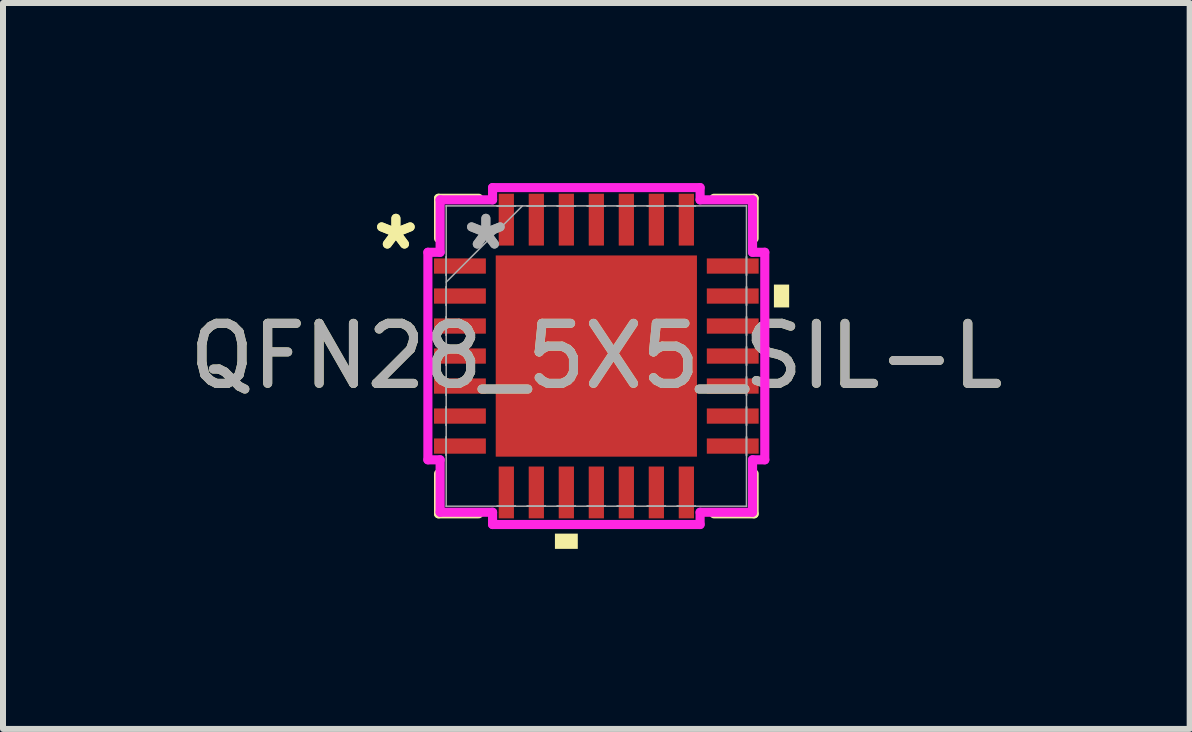
<source format=kicad_pcb>
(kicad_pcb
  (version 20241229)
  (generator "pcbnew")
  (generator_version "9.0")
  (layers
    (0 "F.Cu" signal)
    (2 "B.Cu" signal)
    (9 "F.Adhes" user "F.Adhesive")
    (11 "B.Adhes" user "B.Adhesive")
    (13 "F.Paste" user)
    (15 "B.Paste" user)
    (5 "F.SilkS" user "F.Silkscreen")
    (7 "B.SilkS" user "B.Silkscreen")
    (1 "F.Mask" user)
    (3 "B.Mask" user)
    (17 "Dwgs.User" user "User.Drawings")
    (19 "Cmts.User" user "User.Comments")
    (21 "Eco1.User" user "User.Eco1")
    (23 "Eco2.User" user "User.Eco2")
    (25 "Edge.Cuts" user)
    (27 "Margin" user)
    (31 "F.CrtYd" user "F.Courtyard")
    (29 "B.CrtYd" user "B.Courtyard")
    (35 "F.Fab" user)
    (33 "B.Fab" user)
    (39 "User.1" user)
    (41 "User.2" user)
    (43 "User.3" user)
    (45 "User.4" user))
  (footprint "QFN28_5X5_SIL-L"
    (layer "F.Cu")
    (at 6.887 2.883)
    (property "Reference" "QFN28_5X5_SIL-L" (at 0 0 0) (unlocked yes) (layer "F.SilkS") (effects (font (size 1 1) (thickness 0.15))))
    (attr smd)
    (fp_line (start -2.629 -2.629) (end -2.629 -1.96) (stroke (width 0.152) (type solid)) (layer "F.SilkS"))
    (fp_line (start -2.629 1.96) (end -2.629 2.629) (stroke (width 0.152) (type solid)) (layer "F.SilkS"))
    (fp_line (start -2.629 2.629) (end -1.96 2.629) (stroke (width 0.152) (type solid)) (layer "F.SilkS"))
    (fp_line (start -1.96 -2.629) (end -2.629 -2.629) (stroke (width 0.152) (type solid)) (layer "F.SilkS"))
    (fp_line (start 1.96 2.629) (end 2.629 2.629) (stroke (width 0.152) (type solid)) (layer "F.SilkS"))
    (fp_line (start 2.629 -2.629) (end 1.96 -2.629) (stroke (width 0.152) (type solid)) (layer "F.SilkS"))
    (fp_line (start 2.629 -1.96) (end 2.629 -2.629) (stroke (width 0.152) (type solid)) (layer "F.SilkS"))
    (fp_line (start 2.629 2.629) (end 2.629 1.96) (stroke (width 0.152) (type solid)) (layer "F.SilkS"))
    (fp_poly (pts (xy -0.69 2.959) (xy -0.69 3.213) (xy -0.309 3.213) (xy -0.309 2.959)) (stroke (width 0) (type solid)) (fill yes) (layer "F.SilkS"))
    (fp_poly (pts (xy 3.213 -1.191) (xy 3.213 -0.81) (xy 2.959 -0.81) (xy 2.959 -1.191)) (stroke (width 0) (type solid)) (fill yes) (layer "F.SilkS"))
    (fp_poly (pts (xy -1.576 -1.576) (xy -1.576 -0.1) (xy -0.1 -0.1) (xy -0.1 -1.576)) (stroke (width 0) (type solid)) (fill yes) (layer "F.Paste"))
    (fp_poly (pts (xy -1.576 0.1) (xy -1.576 1.576) (xy -0.1 1.576) (xy -0.1 0.1)) (stroke (width 0) (type solid)) (fill yes) (layer "F.Paste"))
    (fp_poly (pts (xy 0.1 -1.576) (xy 0.1 -0.1) (xy 1.576 -0.1) (xy 1.576 -1.576)) (stroke (width 0) (type solid)) (fill yes) (layer "F.Paste"))
    (fp_poly (pts (xy 0.1 0.1) (xy 0.1 1.576) (xy 1.576 1.576) (xy 1.576 0.1)) (stroke (width 0) (type solid)) (fill yes) (layer "F.Paste"))
    (fp_line (start -2.807 -1.729) (end -2.603 -1.729) (stroke (width 0.152) (type solid)) (layer "F.CrtYd"))
    (fp_line (start -2.807 1.729) (end -2.807 -1.729) (stroke (width 0.152) (type solid)) (layer "F.CrtYd"))
    (fp_line (start -2.603 -2.603) (end -1.729 -2.603) (stroke (width 0.152) (type solid)) (layer "F.CrtYd"))
    (fp_line (start -2.603 -1.729) (end -2.603 -2.603) (stroke (width 0.152) (type solid)) (layer "F.CrtYd"))
    (fp_line (start -2.603 1.729) (end -2.807 1.729) (stroke (width 0.152) (type solid)) (layer "F.CrtYd"))
    (fp_line (start -2.603 2.603) (end -2.603 1.729) (stroke (width 0.152) (type solid)) (layer "F.CrtYd"))
    (fp_line (start -1.729 -2.807) (end 1.729 -2.807) (stroke (width 0.152) (type solid)) (layer "F.CrtYd"))
    (fp_line (start -1.729 -2.603) (end -1.729 -2.807) (stroke (width 0.152) (type solid)) (layer "F.CrtYd"))
    (fp_line (start -1.729 2.603) (end -2.603 2.603) (stroke (width 0.152) (type solid)) (layer "F.CrtYd"))
    (fp_line (start -1.729 2.807) (end -1.729 2.603) (stroke (width 0.152) (type solid)) (layer "F.CrtYd"))
    (fp_line (start 1.729 -2.807) (end 1.729 -2.603) (stroke (width 0.152) (type solid)) (layer "F.CrtYd"))
    (fp_line (start 1.729 -2.603) (end 2.603 -2.603) (stroke (width 0.152) (type solid)) (layer "F.CrtYd"))
    (fp_line (start 1.729 2.603) (end 1.729 2.807) (stroke (width 0.152) (type solid)) (layer "F.CrtYd"))
    (fp_line (start 1.729 2.807) (end -1.729 2.807) (stroke (width 0.152) (type solid)) (layer "F.CrtYd"))
    (fp_line (start 2.603 -2.603) (end 2.603 -1.729) (stroke (width 0.152) (type solid)) (layer "F.CrtYd"))
    (fp_line (start 2.603 -1.729) (end 2.807 -1.729) (stroke (width 0.152) (type solid)) (layer "F.CrtYd"))
    (fp_line (start 2.603 1.729) (end 2.603 2.603) (stroke (width 0.152) (type solid)) (layer "F.CrtYd"))
    (fp_line (start 2.603 2.603) (end 1.729 2.603) (stroke (width 0.152) (type solid)) (layer "F.CrtYd"))
    (fp_line (start 2.807 -1.729) (end 2.807 1.729) (stroke (width 0.152) (type solid)) (layer "F.CrtYd"))
    (fp_line (start 2.807 1.729) (end 2.603 1.729) (stroke (width 0.152) (type solid)) (layer "F.CrtYd"))
    (fp_line (start -2.502 -2.502) (end -2.502 -2.502) (stroke (width 0.025) (type solid)) (layer "F.Fab"))
    (fp_line (start -2.502 -2.502) (end -2.502 2.502) (stroke (width 0.025) (type solid)) (layer "F.Fab"))
    (fp_line (start -2.502 -1.652) (end -2.502 -1.652) (stroke (width 0.025) (type solid)) (layer "F.Fab"))
    (fp_line (start -2.502 -1.652) (end -2.502 -1.348) (stroke (width 0.025) (type solid)) (layer "F.Fab"))
    (fp_line (start -2.502 -1.348) (end -2.502 -1.652) (stroke (width 0.025) (type solid)) (layer "F.Fab"))
    (fp_line (start -2.502 -1.348) (end -2.502 -1.348) (stroke (width 0.025) (type solid)) (layer "F.Fab"))
    (fp_line (start -2.502 -1.232) (end -1.232 -2.502) (stroke (width 0.025) (type solid)) (layer "F.Fab"))
    (fp_line (start -2.502 -1.152) (end -2.502 -1.152) (stroke (width 0.025) (type solid)) (layer "F.Fab"))
    (fp_line (start -2.502 -1.152) (end -2.502 -0.848) (stroke (width 0.025) (type solid)) (layer "F.Fab"))
    (fp_line (start -2.502 -0.848) (end -2.502 -1.152) (stroke (width 0.025) (type solid)) (layer "F.Fab"))
    (fp_line (start -2.502 -0.848) (end -2.502 -0.848) (stroke (width 0.025) (type solid)) (layer "F.Fab"))
    (fp_line (start -2.502 -0.652) (end -2.502 -0.652) (stroke (width 0.025) (type solid)) (layer "F.Fab"))
    (fp_line (start -2.502 -0.652) (end -2.502 -0.348) (stroke (width 0.025) (type solid)) (layer "F.Fab"))
    (fp_line (start -2.502 -0.348) (end -2.502 -0.652) (stroke (width 0.025) (type solid)) (layer "F.Fab"))
    (fp_line (start -2.502 -0.348) (end -2.502 -0.348) (stroke (width 0.025) (type solid)) (layer "F.Fab"))
    (fp_line (start -2.502 -0.152) (end -2.502 -0.152) (stroke (width 0.025) (type solid)) (layer "F.Fab"))
    (fp_line (start -2.502 -0.152) (end -2.502 0.152) (stroke (width 0.025) (type solid)) (layer "F.Fab"))
    (fp_line (start -2.502 0.152) (end -2.502 -0.152) (stroke (width 0.025) (type solid)) (layer "F.Fab"))
    (fp_line (start -2.502 0.152) (end -2.502 0.152) (stroke (width 0.025) (type solid)) (layer "F.Fab"))
    (fp_line (start -2.502 0.348) (end -2.502 0.348) (stroke (width 0.025) (type solid)) (layer "F.Fab"))
    (fp_line (start -2.502 0.348) (end -2.502 0.652) (stroke (width 0.025) (type solid)) (layer "F.Fab"))
    (fp_line (start -2.502 0.652) (end -2.502 0.348) (stroke (width 0.025) (type solid)) (layer "F.Fab"))
    (fp_line (start -2.502 0.652) (end -2.502 0.652) (stroke (width 0.025) (type solid)) (layer "F.Fab"))
    (fp_line (start -2.502 0.848) (end -2.502 0.848) (stroke (width 0.025) (type solid)) (layer "F.Fab"))
    (fp_line (start -2.502 0.848) (end -2.502 1.152) (stroke (width 0.025) (type solid)) (layer "F.Fab"))
    (fp_line (start -2.502 1.152) (end -2.502 0.848) (stroke (width 0.025) (type solid)) (layer "F.Fab"))
    (fp_line (start -2.502 1.152) (end -2.502 1.152) (stroke (width 0.025) (type solid)) (layer "F.Fab"))
    (fp_line (start -2.502 1.348) (end -2.502 1.348) (stroke (width 0.025) (type solid)) (layer "F.Fab"))
    (fp_line (start -2.502 1.348) (end -2.502 1.652) (stroke (width 0.025) (type solid)) (layer "F.Fab"))
    (fp_line (start -2.502 1.652) (end -2.502 1.348) (stroke (width 0.025) (type solid)) (layer "F.Fab"))
    (fp_line (start -2.502 1.652) (end -2.502 1.652) (stroke (width 0.025) (type solid)) (layer "F.Fab"))
    (fp_line (start -2.502 2.502) (end -2.502 2.502) (stroke (width 0.025) (type solid)) (layer "F.Fab"))
    (fp_line (start -2.502 2.502) (end 2.502 2.502) (stroke (width 0.025) (type solid)) (layer "F.Fab"))
    (fp_line (start -1.652 -2.502) (end -1.652 -2.502) (stroke (width 0.025) (type solid)) (layer "F.Fab"))
    (fp_line (start -1.652 -2.502) (end -1.348 -2.502) (stroke (width 0.025) (type solid)) (layer "F.Fab"))
    (fp_line (start -1.652 2.502) (end -1.652 2.502) (stroke (width 0.025) (type solid)) (layer "F.Fab"))
    (fp_line (start -1.652 2.502) (end -1.348 2.502) (stroke (width 0.025) (type solid)) (layer "F.Fab"))
    (fp_line (start -1.348 -2.502) (end -1.652 -2.502) (stroke (width 0.025) (type solid)) (layer "F.Fab"))
    (fp_line (start -1.348 -2.502) (end -1.348 -2.502) (stroke (width 0.025) (type solid)) (layer "F.Fab"))
    (fp_line (start -1.348 2.502) (end -1.652 2.502) (stroke (width 0.025) (type solid)) (layer "F.Fab"))
    (fp_line (start -1.348 2.502) (end -1.348 2.502) (stroke (width 0.025) (type solid)) (layer "F.Fab"))
    (fp_line (start -1.152 -2.502) (end -1.152 -2.502) (stroke (width 0.025) (type solid)) (layer "F.Fab"))
    (fp_line (start -1.152 -2.502) (end -0.848 -2.502) (stroke (width 0.025) (type solid)) (layer "F.Fab"))
    (fp_line (start -1.152 2.502) (end -1.152 2.502) (stroke (width 0.025) (type solid)) (layer "F.Fab"))
    (fp_line (start -1.152 2.502) (end -0.848 2.502) (stroke (width 0.025) (type solid)) (layer "F.Fab"))
    (fp_line (start -0.848 -2.502) (end -1.152 -2.502) (stroke (width 0.025) (type solid)) (layer "F.Fab"))
    (fp_line (start -0.848 -2.502) (end -0.848 -2.502) (stroke (width 0.025) (type solid)) (layer "F.Fab"))
    (fp_line (start -0.848 2.502) (end -1.152 2.502) (stroke (width 0.025) (type solid)) (layer "F.Fab"))
    (fp_line (start -0.848 2.502) (end -0.848 2.502) (stroke (width 0.025) (type solid)) (layer "F.Fab"))
    (fp_line (start -0.652 -2.502) (end -0.652 -2.502) (stroke (width 0.025) (type solid)) (layer "F.Fab"))
    (fp_line (start -0.652 -2.502) (end -0.348 -2.502) (stroke (width 0.025) (type solid)) (layer "F.Fab"))
    (fp_line (start -0.652 2.502) (end -0.652 2.502) (stroke (width 0.025) (type solid)) (layer "F.Fab"))
    (fp_line (start -0.652 2.502) (end -0.348 2.502) (stroke (width 0.025) (type solid)) (layer "F.Fab"))
    (fp_line (start -0.348 -2.502) (end -0.652 -2.502) (stroke (width 0.025) (type solid)) (layer "F.Fab"))
    (fp_line (start -0.348 -2.502) (end -0.348 -2.502) (stroke (width 0.025) (type solid)) (layer "F.Fab"))
    (fp_line (start -0.348 2.502) (end -0.652 2.502) (stroke (width 0.025) (type solid)) (layer "F.Fab"))
    (fp_line (start -0.348 2.502) (end -0.348 2.502) (stroke (width 0.025) (type solid)) (layer "F.Fab"))
    (fp_line (start -0.152 -2.502) (end -0.152 -2.502) (stroke (width 0.025) (type solid)) (layer "F.Fab"))
    (fp_line (start -0.152 -2.502) (end 0.152 -2.502) (stroke (width 0.025) (type solid)) (layer "F.Fab"))
    (fp_line (start -0.152 2.502) (end -0.152 2.502) (stroke (width 0.025) (type solid)) (layer "F.Fab"))
    (fp_line (start -0.152 2.502) (end 0.152 2.502) (stroke (width 0.025) (type solid)) (layer "F.Fab"))
    (fp_line (start 0.152 -2.502) (end -0.152 -2.502) (stroke (width 0.025) (type solid)) (layer "F.Fab"))
    (fp_line (start 0.152 -2.502) (end 0.152 -2.502) (stroke (width 0.025) (type solid)) (layer "F.Fab"))
    (fp_line (start 0.152 2.502) (end -0.152 2.502) (stroke (width 0.025) (type solid)) (layer "F.Fab"))
    (fp_line (start 0.152 2.502) (end 0.152 2.502) (stroke (width 0.025) (type solid)) (layer "F.Fab"))
    (fp_line (start 0.348 -2.502) (end 0.348 -2.502) (stroke (width 0.025) (type solid)) (layer "F.Fab"))
    (fp_line (start 0.348 -2.502) (end 0.652 -2.502) (stroke (width 0.025) (type solid)) (layer "F.Fab"))
    (fp_line (start 0.348 2.502) (end 0.348 2.502) (stroke (width 0.025) (type solid)) (layer "F.Fab"))
    (fp_line (start 0.348 2.502) (end 0.652 2.502) (stroke (width 0.025) (type solid)) (layer "F.Fab"))
    (fp_line (start 0.652 -2.502) (end 0.348 -2.502) (stroke (width 0.025) (type solid)) (layer "F.Fab"))
    (fp_line (start 0.652 -2.502) (end 0.652 -2.502) (stroke (width 0.025) (type solid)) (layer "F.Fab"))
    (fp_line (start 0.652 2.502) (end 0.348 2.502) (stroke (width 0.025) (type solid)) (layer "F.Fab"))
    (fp_line (start 0.652 2.502) (end 0.652 2.502) (stroke (width 0.025) (type solid)) (layer "F.Fab"))
    (fp_line (start 0.848 -2.502) (end 0.848 -2.502) (stroke (width 0.025) (type solid)) (layer "F.Fab"))
    (fp_line (start 0.848 -2.502) (end 1.152 -2.502) (stroke (width 0.025) (type solid)) (layer "F.Fab"))
    (fp_line (start 0.848 2.502) (end 0.848 2.502) (stroke (width 0.025) (type solid)) (layer "F.Fab"))
    (fp_line (start 0.848 2.502) (end 1.152 2.502) (stroke (width 0.025) (type solid)) (layer "F.Fab"))
    (fp_line (start 1.152 -2.502) (end 0.848 -2.502) (stroke (width 0.025) (type solid)) (layer "F.Fab"))
    (fp_line (start 1.152 -2.502) (end 1.152 -2.502) (stroke (width 0.025) (type solid)) (layer "F.Fab"))
    (fp_line (start 1.152 2.502) (end 0.848 2.502) (stroke (width 0.025) (type solid)) (layer "F.Fab"))
    (fp_line (start 1.152 2.502) (end 1.152 2.502) (stroke (width 0.025) (type solid)) (layer "F.Fab"))
    (fp_line (start 1.348 -2.502) (end 1.348 -2.502) (stroke (width 0.025) (type solid)) (layer "F.Fab"))
    (fp_line (start 1.348 -2.502) (end 1.652 -2.502) (stroke (width 0.025) (type solid)) (layer "F.Fab"))
    (fp_line (start 1.348 2.502) (end 1.348 2.502) (stroke (width 0.025) (type solid)) (layer "F.Fab"))
    (fp_line (start 1.348 2.502) (end 1.652 2.502) (stroke (width 0.025) (type solid)) (layer "F.Fab"))
    (fp_line (start 1.652 -2.502) (end 1.348 -2.502) (stroke (width 0.025) (type solid)) (layer "F.Fab"))
    (fp_line (start 1.652 -2.502) (end 1.652 -2.502) (stroke (width 0.025) (type solid)) (layer "F.Fab"))
    (fp_line (start 1.652 2.502) (end 1.348 2.502) (stroke (width 0.025) (type solid)) (layer "F.Fab"))
    (fp_line (start 1.652 2.502) (end 1.652 2.502) (stroke (width 0.025) (type solid)) (layer "F.Fab"))
    (fp_line (start 2.502 -2.502) (end -2.502 -2.502) (stroke (width 0.025) (type solid)) (layer "F.Fab"))
    (fp_line (start 2.502 -2.502) (end 2.502 -2.502) (stroke (width 0.025) (type solid)) (layer "F.Fab"))
    (fp_line (start 2.502 -1.652) (end 2.502 -1.652) (stroke (width 0.025) (type solid)) (layer "F.Fab"))
    (fp_line (start 2.502 -1.652) (end 2.502 -1.348) (stroke (width 0.025) (type solid)) (layer "F.Fab"))
    (fp_line (start 2.502 -1.348) (end 2.502 -1.652) (stroke (width 0.025) (type solid)) (layer "F.Fab"))
    (fp_line (start 2.502 -1.348) (end 2.502 -1.348) (stroke (width 0.025) (type solid)) (layer "F.Fab"))
    (fp_line (start 2.502 -1.152) (end 2.502 -1.152) (stroke (width 0.025) (type solid)) (layer "F.Fab"))
    (fp_line (start 2.502 -1.152) (end 2.502 -0.848) (stroke (width 0.025) (type solid)) (layer "F.Fab"))
    (fp_line (start 2.502 -0.848) (end 2.502 -1.152) (stroke (width 0.025) (type solid)) (layer "F.Fab"))
    (fp_line (start 2.502 -0.848) (end 2.502 -0.848) (stroke (width 0.025) (type solid)) (layer "F.Fab"))
    (fp_line (start 2.502 -0.652) (end 2.502 -0.652) (stroke (width 0.025) (type solid)) (layer "F.Fab"))
    (fp_line (start 2.502 -0.652) (end 2.502 -0.348) (stroke (width 0.025) (type solid)) (layer "F.Fab"))
    (fp_line (start 2.502 -0.348) (end 2.502 -0.652) (stroke (width 0.025) (type solid)) (layer "F.Fab"))
    (fp_line (start 2.502 -0.348) (end 2.502 -0.348) (stroke (width 0.025) (type solid)) (layer "F.Fab"))
    (fp_line (start 2.502 -0.152) (end 2.502 -0.152) (stroke (width 0.025) (type solid)) (layer "F.Fab"))
    (fp_line (start 2.502 -0.152) (end 2.502 0.152) (stroke (width 0.025) (type solid)) (layer "F.Fab"))
    (fp_line (start 2.502 0.152) (end 2.502 -0.152) (stroke (width 0.025) (type solid)) (layer "F.Fab"))
    (fp_line (start 2.502 0.152) (end 2.502 0.152) (stroke (width 0.025) (type solid)) (layer "F.Fab"))
    (fp_line (start 2.502 0.348) (end 2.502 0.348) (stroke (width 0.025) (type solid)) (layer "F.Fab"))
    (fp_line (start 2.502 0.348) (end 2.502 0.652) (stroke (width 0.025) (type solid)) (layer "F.Fab"))
    (fp_line (start 2.502 0.652) (end 2.502 0.348) (stroke (width 0.025) (type solid)) (layer "F.Fab"))
    (fp_line (start 2.502 0.652) (end 2.502 0.652) (stroke (width 0.025) (type solid)) (layer "F.Fab"))
    (fp_line (start 2.502 0.848) (end 2.502 0.848) (stroke (width 0.025) (type solid)) (layer "F.Fab"))
    (fp_line (start 2.502 0.848) (end 2.502 1.152) (stroke (width 0.025) (type solid)) (layer "F.Fab"))
    (fp_line (start 2.502 1.152) (end 2.502 0.848) (stroke (width 0.025) (type solid)) (layer "F.Fab"))
    (fp_line (start 2.502 1.152) (end 2.502 1.152) (stroke (width 0.025) (type solid)) (layer "F.Fab"))
    (fp_line (start 2.502 1.348) (end 2.502 1.348) (stroke (width 0.025) (type solid)) (layer "F.Fab"))
    (fp_line (start 2.502 1.348) (end 2.502 1.652) (stroke (width 0.025) (type solid)) (layer "F.Fab"))
    (fp_line (start 2.502 1.652) (end 2.502 1.348) (stroke (width 0.025) (type solid)) (layer "F.Fab"))
    (fp_line (start 2.502 1.652) (end 2.502 1.652) (stroke (width 0.025) (type solid)) (layer "F.Fab"))
    (fp_line (start 2.502 2.502) (end 2.502 -2.502) (stroke (width 0.025) (type solid)) (layer "F.Fab"))
    (fp_line (start 2.502 2.502) (end 2.502 2.502) (stroke (width 0.025) (type solid)) (layer "F.Fab"))
    (fp_text user "*" (at -3.34 -1.75 0) (layer "F.SilkS") (effects (font (size 1 1) (thickness 0.15))))
    (fp_text user "*" (at -3.34 -1.75 0) (unlocked yes) (layer "F.SilkS") (effects (font (size 1 1) (thickness 0.15))))
    (fp_text user "*" (at -1.841 -1.75 0) (layer "F.Fab") (effects (font (size 1 1) (thickness 0.15))))
    (fp_text user "*" (at -1.841 -1.75 0) (unlocked yes) (layer "F.Fab") (effects (font (size 1 1) (thickness 0.15))))
    (fp_text user "${REFERENCE}" (at 0 0 0) (unlocked yes) (layer "F.Fab") (effects (font (size 1 1) (thickness 0.15))))
    (pad "1" smd rect (at -2.273 -1.5 90) (size 0.254 0.864) (layers "F.Cu" "F.Mask" "F.Paste"))
    (pad "2" smd rect (at -2.273 -1 90) (size 0.254 0.864) (layers "F.Cu" "F.Mask" "F.Paste"))
    (pad "3" smd rect (at -2.273 -0.5 90) (size 0.254 0.864) (layers "F.Cu" "F.Mask" "F.Paste"))
    (pad "4" smd rect (at -2.273 0 90) (size 0.254 0.864) (layers "F.Cu" "F.Mask" "F.Paste"))
    (pad "5" smd rect (at -2.273 0.5 90) (size 0.254 0.864) (layers "F.Cu" "F.Mask" "F.Paste"))
    (pad "6" smd rect (at -2.273 1 90) (size 0.254 0.864) (layers "F.Cu" "F.Mask" "F.Paste"))
    (pad "7" smd rect (at -2.273 1.5 90) (size 0.254 0.864) (layers "F.Cu" "F.Mask" "F.Paste"))
    (pad "8" smd rect (at -1.5 2.273) (size 0.254 0.864) (layers "F.Cu" "F.Mask" "F.Paste"))
    (pad "9" smd rect (at -1 2.273) (size 0.254 0.864) (layers "F.Cu" "F.Mask" "F.Paste"))
    (pad "10" smd rect (at -0.5 2.273) (size 0.254 0.864) (layers "F.Cu" "F.Mask" "F.Paste"))
    (pad "11" smd rect (at 0 2.273) (size 0.254 0.864) (layers "F.Cu" "F.Mask" "F.Paste"))
    (pad "12" smd rect (at 0.5 2.273) (size 0.254 0.864) (layers "F.Cu" "F.Mask" "F.Paste"))
    (pad "13" smd rect (at 1 2.273) (size 0.254 0.864) (layers "F.Cu" "F.Mask" "F.Paste"))
    (pad "14" smd rect (at 1.5 2.273) (size 0.254 0.864) (layers "F.Cu" "F.Mask" "F.Paste"))
    (pad "15" smd rect (at 2.273 1.5 90) (size 0.254 0.864) (layers "F.Cu" "F.Mask" "F.Paste"))
    (pad "16" smd rect (at 2.273 1 90) (size 0.254 0.864) (layers "F.Cu" "F.Mask" "F.Paste"))
    (pad "17" smd rect (at 2.273 0.5 90) (size 0.254 0.864) (layers "F.Cu" "F.Mask" "F.Paste"))
    (pad "18" smd rect (at 2.273 0 90) (size 0.254 0.864) (layers "F.Cu" "F.Mask" "F.Paste"))
    (pad "19" smd rect (at 2.273 -0.5 90) (size 0.254 0.864) (layers "F.Cu" "F.Mask" "F.Paste"))
    (pad "20" smd rect (at 2.273 -1 90) (size 0.254 0.864) (layers "F.Cu" "F.Mask" "F.Paste"))
    (pad "21" smd rect (at 2.273 -1.5 90) (size 0.254 0.864) (layers "F.Cu" "F.Mask" "F.Paste"))
    (pad "22" smd rect (at 1.5 -2.273) (size 0.254 0.864) (layers "F.Cu" "F.Mask" "F.Paste"))
    (pad "23" smd rect (at 1 -2.273) (size 0.254 0.864) (layers "F.Cu" "F.Mask" "F.Paste"))
    (pad "24" smd rect (at 0.5 -2.273) (size 0.254 0.864) (layers "F.Cu" "F.Mask" "F.Paste"))
    (pad "25" smd rect (at 0 -2.273) (size 0.254 0.864) (layers "F.Cu" "F.Mask" "F.Paste"))
    (pad "26" smd rect (at -0.5 -2.273) (size 0.254 0.864) (layers "F.Cu" "F.Mask" "F.Paste"))
    (pad "27" smd rect (at -1 -2.273) (size 0.254 0.864) (layers "F.Cu" "F.Mask" "F.Paste"))
    (pad "28" smd rect (at -1.5 -2.273) (size 0.254 0.864) (layers "F.Cu" "F.Mask" "F.Paste"))
    (pad "29" smd rect (at 0 0) (size 3.353 3.353) (layers "F.Cu" "F.Mask" "F.Paste")))
  (gr_rect
    (start -3 -3)
    (end 16.774 9.096)
    (stroke (width 0.1) (type default))
    (fill no)
    (layer "Edge.Cuts")))
</source>
